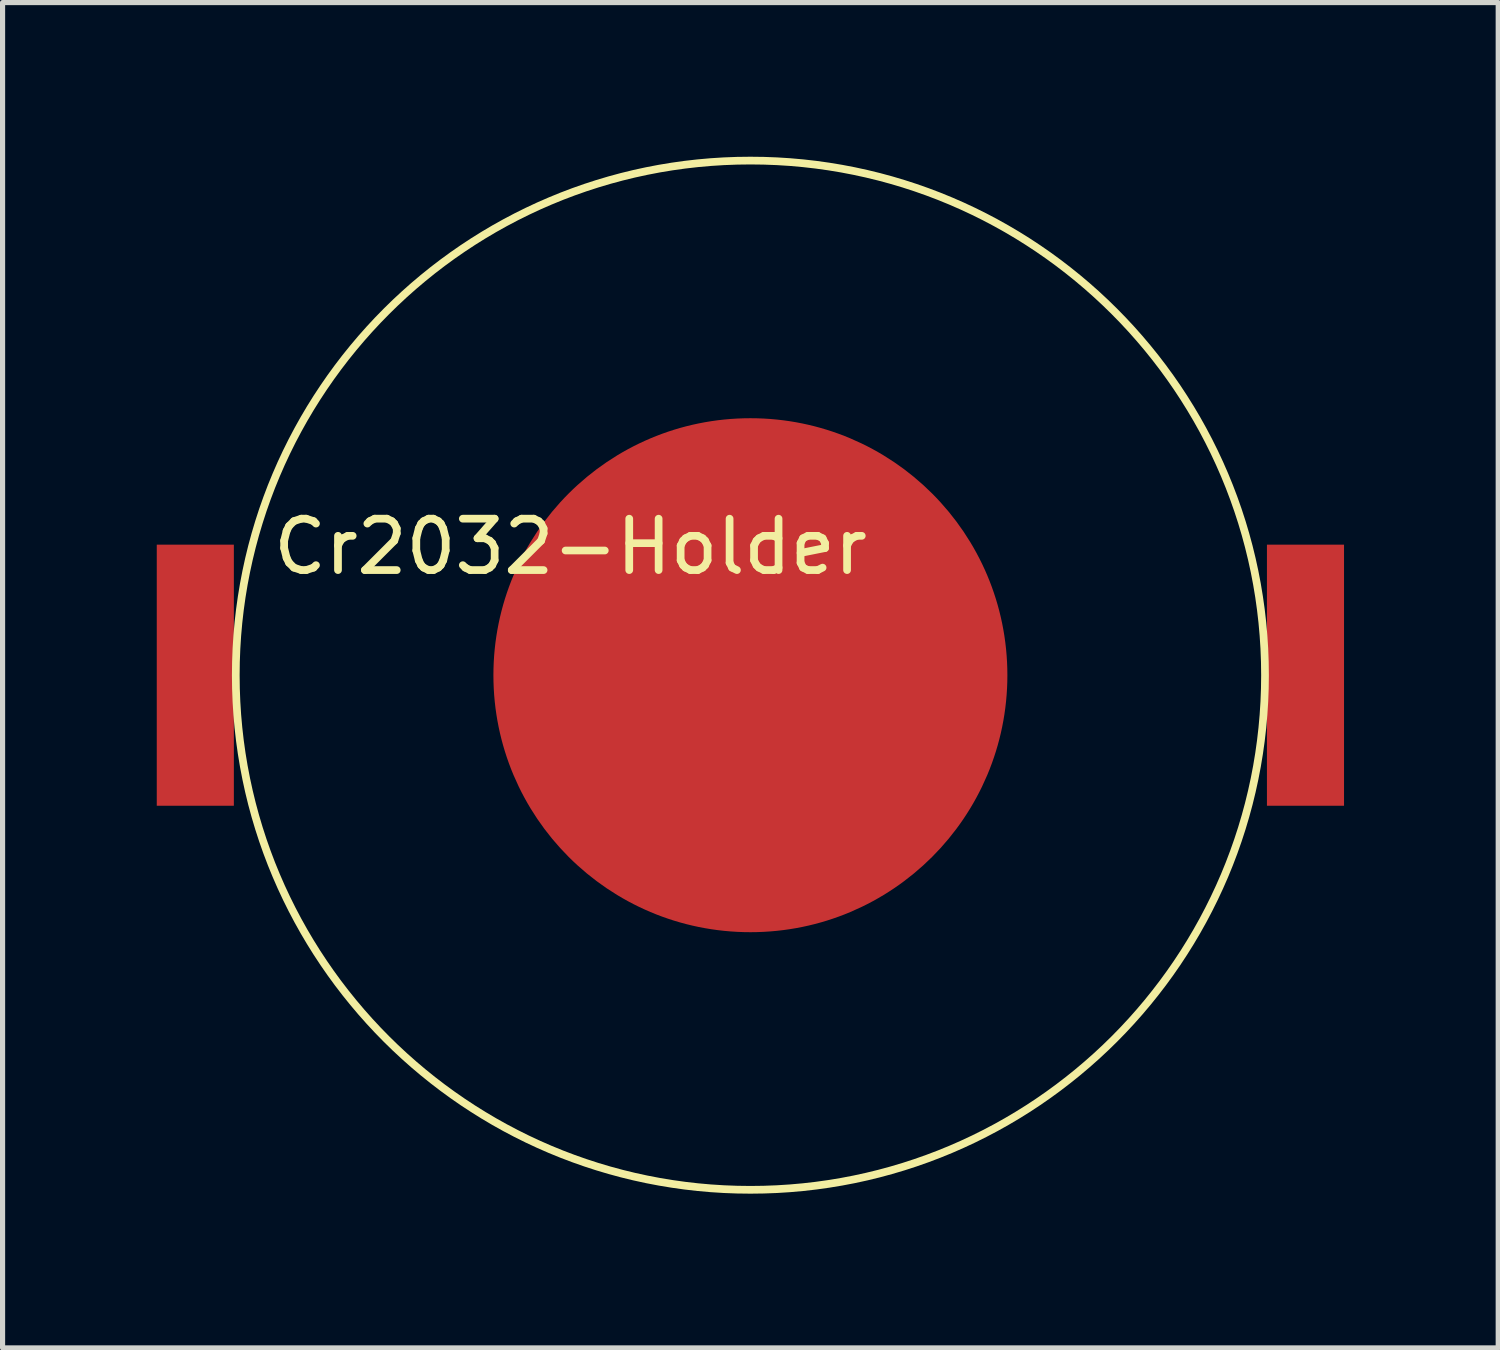
<source format=kicad_pcb>
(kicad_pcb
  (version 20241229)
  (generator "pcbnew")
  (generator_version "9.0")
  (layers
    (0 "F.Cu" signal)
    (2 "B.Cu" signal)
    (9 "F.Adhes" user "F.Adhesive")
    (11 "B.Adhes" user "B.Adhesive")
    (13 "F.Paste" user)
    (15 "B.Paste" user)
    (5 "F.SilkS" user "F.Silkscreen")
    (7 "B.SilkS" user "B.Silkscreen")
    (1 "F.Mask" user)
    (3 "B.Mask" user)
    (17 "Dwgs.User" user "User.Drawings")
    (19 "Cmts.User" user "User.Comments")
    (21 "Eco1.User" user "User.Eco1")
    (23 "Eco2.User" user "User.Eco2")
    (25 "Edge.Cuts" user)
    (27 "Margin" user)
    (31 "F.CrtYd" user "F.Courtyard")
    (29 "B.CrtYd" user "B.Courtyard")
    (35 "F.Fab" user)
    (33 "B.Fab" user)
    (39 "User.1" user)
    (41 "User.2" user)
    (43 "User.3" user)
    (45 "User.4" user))
  (footprint "Cr2032-Holder"
    (layer "F.Cu")
    (at 11.55 10.087)
    (property "Reference" "Cr2032-Holder" (at -3.5 -2.5 0) (layer "F.SilkS") (effects (font (size 1 1) (thickness 0.15))))
    (attr through_hole)
    (fp_circle (center 0 0) (end 10 0.5) (stroke (width 0.15) (type solid)) (fill no) (layer "F.SilkS"))
    (pad "1" smd rect (at -10.8 0) (size 1.5 5.08) (layers "F.Cu" "F.Mask" "F.Paste"))
    (pad "1" smd rect (at 10.8 0) (size 1.5 5.08) (layers "F.Cu" "F.Mask" "F.Paste"))
    (pad "2" smd circle (at 0 0) (size 10 10) (layers "F.Cu" "F.Mask")))
  (gr_rect
    (start -3 -3)
    (end 26.1 23.175)
    (stroke (width 0.1) (type default))
    (fill no)
    (layer "Edge.Cuts")))
</source>
